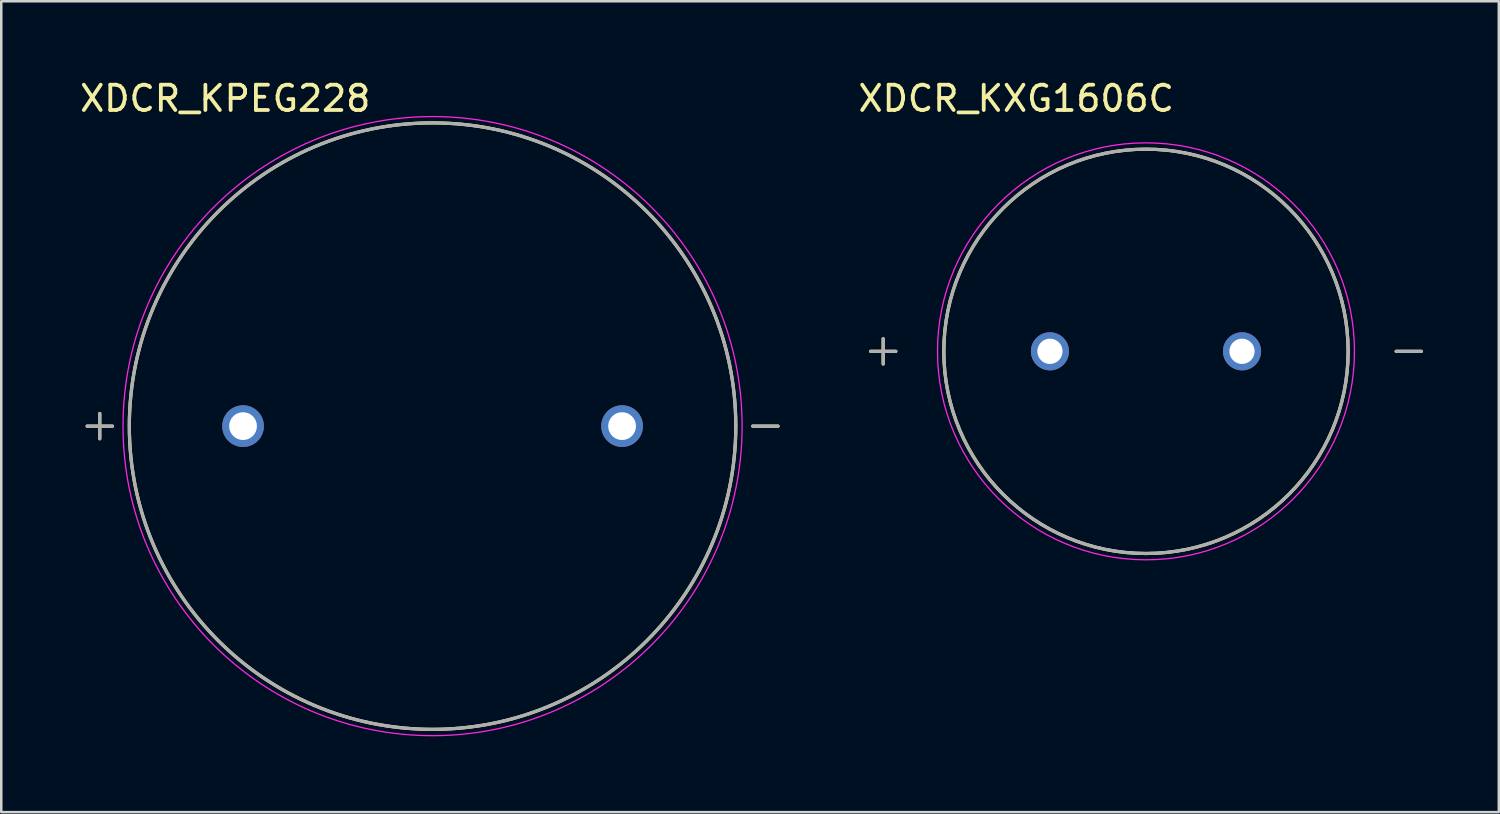
<source format=kicad_pcb>
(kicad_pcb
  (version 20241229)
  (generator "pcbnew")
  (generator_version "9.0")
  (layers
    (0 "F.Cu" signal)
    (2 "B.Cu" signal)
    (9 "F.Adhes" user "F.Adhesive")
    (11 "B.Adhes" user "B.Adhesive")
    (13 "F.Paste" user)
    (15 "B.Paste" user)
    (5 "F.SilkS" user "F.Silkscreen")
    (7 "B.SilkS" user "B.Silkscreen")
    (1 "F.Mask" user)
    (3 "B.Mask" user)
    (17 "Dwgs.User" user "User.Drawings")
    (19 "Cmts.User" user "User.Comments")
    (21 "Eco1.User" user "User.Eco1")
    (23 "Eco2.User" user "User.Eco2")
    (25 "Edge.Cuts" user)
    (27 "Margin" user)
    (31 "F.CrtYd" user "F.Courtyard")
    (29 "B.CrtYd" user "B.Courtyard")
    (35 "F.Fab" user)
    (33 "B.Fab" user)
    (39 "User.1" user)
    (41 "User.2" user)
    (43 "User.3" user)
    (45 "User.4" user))
  (footprint "XDCR_KPEG228"
    (layer "F.Cu")
    (at 14.068 13.813)
    (property "Reference" "XDCR_KPEG228" (at -8.205 -12.965 0) (layer "F.SilkS") (effects (font (size 1 1) (thickness 0.15))))
    (attr through_hole)
    (fp_line (start -13.67 0) (end -12.67 0) (stroke (width 0.127) (type solid)) (layer "F.SilkS"))
    (fp_line (start -13.17 -0.5) (end -13.17 0.5) (stroke (width 0.127) (type solid)) (layer "F.SilkS"))
    (fp_line (start 12.67 0) (end 13.67 0) (stroke (width 0.127) (type solid)) (layer "F.SilkS"))
    (fp_circle (center 0 0) (end 12 0) (stroke (width 0.127) (type solid)) (fill no) (layer "F.SilkS"))
    (fp_circle (center 0 0) (end 12.25 0) (stroke (width 0.05) (type solid)) (fill no) (layer "F.CrtYd"))
    (fp_line (start -13.67 0) (end -12.67 0) (stroke (width 0.127) (type solid)) (layer "F.Fab"))
    (fp_line (start -13.17 -0.5) (end -13.17 0.5) (stroke (width 0.127) (type solid)) (layer "F.Fab"))
    (fp_line (start 12.67 0) (end 13.67 0) (stroke (width 0.127) (type solid)) (layer "F.Fab"))
    (fp_circle (center 0 0) (end 12 0) (stroke (width 0.127) (type solid)) (fill no) (layer "F.Fab"))
    (pad "N" thru_hole circle (at 7.5 0) (size 1.65 1.65) (drill 1.1) (layers "*.Cu" "*.Mask"))
    (pad "P" thru_hole circle (at -7.5 0) (size 1.65 1.65) (drill 1.1) (layers "*.Cu" "*.Mask")))
  (footprint "XDCR_KXG1606C"
    (layer "F.Cu")
    (at 42.3 10.853)
    (property "Reference" "XDCR_KXG1606C" (at -5.135 -10.005 0) (layer "F.SilkS") (effects (font (size 1 1) (thickness 0.15))))
    (attr through_hole)
    (fp_line (start -10.9 0) (end -9.9 0) (stroke (width 0.127) (type solid)) (layer "F.SilkS"))
    (fp_line (start -10.4 -0.5) (end -10.4 0.5) (stroke (width 0.127) (type solid)) (layer "F.SilkS"))
    (fp_line (start 9.9 0) (end 10.9 0) (stroke (width 0.127) (type solid)) (layer "F.SilkS"))
    (fp_circle (center 0 0) (end 8 0) (stroke (width 0.127) (type solid)) (fill no) (layer "F.SilkS"))
    (fp_circle (center 0 0) (end 8.25 0) (stroke (width 0.05) (type solid)) (fill no) (layer "F.CrtYd"))
    (fp_line (start -10.9 0) (end -9.9 0) (stroke (width 0.127) (type solid)) (layer "F.Fab"))
    (fp_line (start -10.4 -0.5) (end -10.4 0.5) (stroke (width 0.127) (type solid)) (layer "F.Fab"))
    (fp_line (start 9.9 0) (end 10.9 0) (stroke (width 0.127) (type solid)) (layer "F.Fab"))
    (fp_circle (center 0 0) (end 8 0) (stroke (width 0.127) (type solid)) (fill no) (layer "F.Fab"))
    (pad "N" thru_hole circle (at 3.8 0) (size 1.508 1.508) (drill 1) (layers "*.Cu" "*.Mask"))
    (pad "P" thru_hole circle (at -3.8 0) (size 1.508 1.508) (drill 1) (layers "*.Cu" "*.Mask")))
  (gr_rect
    (start -3 -3)
    (end 56.263 29.088)
    (stroke (width 0.1) (type default))
    (fill no)
    (layer "Edge.Cuts")))
</source>
